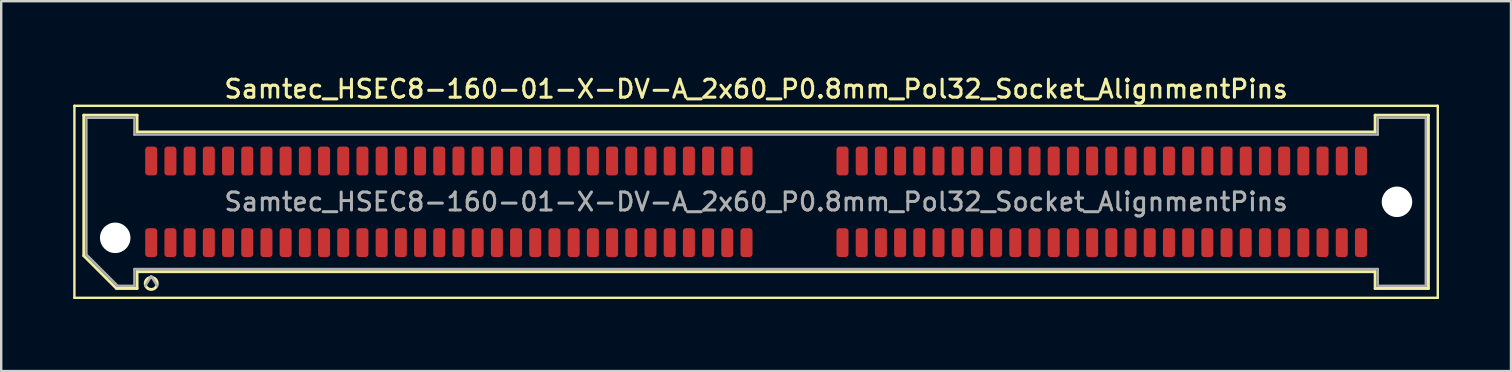
<source format=kicad_pcb>
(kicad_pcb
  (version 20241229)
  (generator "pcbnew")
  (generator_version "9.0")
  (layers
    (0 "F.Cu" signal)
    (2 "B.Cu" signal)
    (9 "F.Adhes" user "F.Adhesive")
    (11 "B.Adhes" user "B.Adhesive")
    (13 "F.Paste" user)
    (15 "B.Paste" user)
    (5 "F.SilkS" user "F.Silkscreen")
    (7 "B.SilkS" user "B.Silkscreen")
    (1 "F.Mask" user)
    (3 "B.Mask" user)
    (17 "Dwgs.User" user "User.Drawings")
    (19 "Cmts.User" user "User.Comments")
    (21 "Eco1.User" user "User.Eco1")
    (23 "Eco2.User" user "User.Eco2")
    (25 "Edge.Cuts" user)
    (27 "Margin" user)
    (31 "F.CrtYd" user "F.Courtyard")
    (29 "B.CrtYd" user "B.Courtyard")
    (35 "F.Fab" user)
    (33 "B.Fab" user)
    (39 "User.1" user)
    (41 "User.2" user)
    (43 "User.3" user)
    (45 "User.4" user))
  (footprint "Samtec_HSEC8-160-01-X-DV-A_2x60_P0.8mm_Pol32_Socket_AlignmentPins"
    (layer "F.Cu")
    (at 28.45 5.358)
    (property "Reference" "Samtec_HSEC8-160-01-X-DV-A_2x60_P0.8mm_Pol32_Socket_AlignmentPins" (at 0 -4.7 0) (layer "F.SilkS") (effects (font (size 0.75 0.75) (thickness 0.125))))
    (attr smd)
    (fp_line (start -28.4 -4) (end -28.4 4) (stroke (width 0.1) (type solid)) (layer "F.SilkS"))
    (fp_line (start -28.4 4) (end 28.4 4) (stroke (width 0.1) (type solid)) (layer "F.SilkS"))
    (fp_line (start -28.01 -3.61) (end -25.79 -3.61) (stroke (width 0.12) (type solid)) (layer "F.SilkS"))
    (fp_line (start -28.01 2.246) (end -28.01 -3.61) (stroke (width 0.12) (type solid)) (layer "F.SilkS"))
    (fp_line (start -26.646 3.61) (end -28.01 2.246) (stroke (width 0.12) (type solid)) (layer "F.SilkS"))
    (fp_line (start -25.79 -3.61) (end -25.79 -2.91) (stroke (width 0.12) (type solid)) (layer "F.SilkS"))
    (fp_line (start -25.79 -2.91) (end 25.79 -2.91) (stroke (width 0.12) (type solid)) (layer "F.SilkS"))
    (fp_line (start -25.79 2.91) (end -25.79 3.61) (stroke (width 0.12) (type solid)) (layer "F.SilkS"))
    (fp_line (start -25.79 3.61) (end -26.646 3.61) (stroke (width 0.12) (type solid)) (layer "F.SilkS"))
    (fp_line (start 25.79 -3.61) (end 28.01 -3.61) (stroke (width 0.12) (type solid)) (layer "F.SilkS"))
    (fp_line (start 25.79 -2.91) (end 25.79 -3.61) (stroke (width 0.12) (type solid)) (layer "F.SilkS"))
    (fp_line (start 25.79 2.91) (end -25.79 2.91) (stroke (width 0.12) (type solid)) (layer "F.SilkS"))
    (fp_line (start 25.79 3.61) (end 25.79 2.91) (stroke (width 0.12) (type solid)) (layer "F.SilkS"))
    (fp_line (start 28.01 -3.61) (end 28.01 3.61) (stroke (width 0.12) (type solid)) (layer "F.SilkS"))
    (fp_line (start 28.01 3.61) (end 25.79 3.61) (stroke (width 0.12) (type solid)) (layer "F.SilkS"))
    (fp_line (start 28.4 -4) (end -28.4 -4) (stroke (width 0.1) (type solid)) (layer "F.SilkS"))
    (fp_line (start 28.4 4) (end 28.4 -4) (stroke (width 0.1) (type solid)) (layer "F.SilkS"))
    (fp_arc (start -24.95 3.4) (mid -25.45 3.4) (end -24.95 3.4) (stroke (width 0.12) (type solid)) (layer "F.SilkS"))
    (fp_line (start -27.9 -3.5) (end -25.9 -3.5) (stroke (width 0.1) (type solid)) (layer "F.Fab"))
    (fp_line (start -27.9 2.2) (end -27.9 -3.5) (stroke (width 0.1) (type solid)) (layer "F.Fab"))
    (fp_line (start -26.6 3.5) (end -27.9 2.2) (stroke (width 0.1) (type solid)) (layer "F.Fab"))
    (fp_line (start -25.9 -3.5) (end -25.9 -2.8) (stroke (width 0.1) (type solid)) (layer "F.Fab"))
    (fp_line (start -25.9 -2.8) (end 25.9 -2.8) (stroke (width 0.1) (type solid)) (layer "F.Fab"))
    (fp_line (start -25.9 2.8) (end -25.9 3.5) (stroke (width 0.1) (type solid)) (layer "F.Fab"))
    (fp_line (start -25.9 3.5) (end -26.6 3.5) (stroke (width 0.1) (type solid)) (layer "F.Fab"))
    (fp_line (start -25.2 3.1) (end -25.45 3.5) (stroke (width 0.1) (type solid)) (layer "F.Fab"))
    (fp_line (start -25.2 3.1) (end -24.95 3.5) (stroke (width 0.1) (type solid)) (layer "F.Fab"))
    (fp_line (start 25.9 -3.5) (end 27.9 -3.5) (stroke (width 0.1) (type solid)) (layer "F.Fab"))
    (fp_line (start 25.9 -2.8) (end 25.9 -3.5) (stroke (width 0.1) (type solid)) (layer "F.Fab"))
    (fp_line (start 25.9 2.8) (end -25.9 2.8) (stroke (width 0.1) (type solid)) (layer "F.Fab"))
    (fp_line (start 25.9 3.5) (end 25.9 2.8) (stroke (width 0.1) (type solid)) (layer "F.Fab"))
    (fp_line (start 27.9 -3.5) (end 27.9 3.5) (stroke (width 0.1) (type solid)) (layer "F.Fab"))
    (fp_line (start 27.9 3.5) (end 25.9 3.5) (stroke (width 0.1) (type solid)) (layer "F.Fab"))
    (fp_text user "${REFERENCE}" (at 0 0 0) (layer "F.Fab") (effects (font (size 0.75 0.75) (thickness 0.125))))
    (pad "" np_thru_hole circle (at -26.7 1.5) (size 1.27 1.27) (drill 1.27) (layers "*.Cu" "*.Mask"))
    (pad "" np_thru_hole circle (at 26.7 0) (size 1.27 1.27) (drill 1.27) (layers "*.Cu" "*.Mask"))
    (pad "1" smd roundrect (at -25.2 1.7) (size 0.5 1.2) (layers "F.Cu" "F.Mask" "F.Paste") (roundrect_rratio 0.25))
    (pad "2" smd roundrect (at -25.2 -1.7) (size 0.5 1.2) (layers "F.Cu" "F.Mask" "F.Paste") (roundrect_rratio 0.25))
    (pad "3" smd roundrect (at -24.4 1.7) (size 0.5 1.2) (layers "F.Cu" "F.Mask" "F.Paste") (roundrect_rratio 0.25))
    (pad "4" smd roundrect (at -24.4 -1.7) (size 0.5 1.2) (layers "F.Cu" "F.Mask" "F.Paste") (roundrect_rratio 0.25))
    (pad "5" smd roundrect (at -23.6 1.7) (size 0.5 1.2) (layers "F.Cu" "F.Mask" "F.Paste") (roundrect_rratio 0.25))
    (pad "6" smd roundrect (at -23.6 -1.7) (size 0.5 1.2) (layers "F.Cu" "F.Mask" "F.Paste") (roundrect_rratio 0.25))
    (pad "7" smd roundrect (at -22.8 1.7) (size 0.5 1.2) (layers "F.Cu" "F.Mask" "F.Paste") (roundrect_rratio 0.25))
    (pad "8" smd roundrect (at -22.8 -1.7) (size 0.5 1.2) (layers "F.Cu" "F.Mask" "F.Paste") (roundrect_rratio 0.25))
    (pad "9" smd roundrect (at -22 1.7) (size 0.5 1.2) (layers "F.Cu" "F.Mask" "F.Paste") (roundrect_rratio 0.25))
    (pad "10" smd roundrect (at -22 -1.7) (size 0.5 1.2) (layers "F.Cu" "F.Mask" "F.Paste") (roundrect_rratio 0.25))
    (pad "11" smd roundrect (at -21.2 1.7) (size 0.5 1.2) (layers "F.Cu" "F.Mask" "F.Paste") (roundrect_rratio 0.25))
    (pad "12" smd roundrect (at -21.2 -1.7) (size 0.5 1.2) (layers "F.Cu" "F.Mask" "F.Paste") (roundrect_rratio 0.25))
    (pad "13" smd roundrect (at -20.4 1.7) (size 0.5 1.2) (layers "F.Cu" "F.Mask" "F.Paste") (roundrect_rratio 0.25))
    (pad "14" smd roundrect (at -20.4 -1.7) (size 0.5 1.2) (layers "F.Cu" "F.Mask" "F.Paste") (roundrect_rratio 0.25))
    (pad "15" smd roundrect (at -19.6 1.7) (size 0.5 1.2) (layers "F.Cu" "F.Mask" "F.Paste") (roundrect_rratio 0.25))
    (pad "16" smd roundrect (at -19.6 -1.7) (size 0.5 1.2) (layers "F.Cu" "F.Mask" "F.Paste") (roundrect_rratio 0.25))
    (pad "17" smd roundrect (at -18.8 1.7) (size 0.5 1.2) (layers "F.Cu" "F.Mask" "F.Paste") (roundrect_rratio 0.25))
    (pad "18" smd roundrect (at -18.8 -1.7) (size 0.5 1.2) (layers "F.Cu" "F.Mask" "F.Paste") (roundrect_rratio 0.25))
    (pad "19" smd roundrect (at -18 1.7) (size 0.5 1.2) (layers "F.Cu" "F.Mask" "F.Paste") (roundrect_rratio 0.25))
    (pad "20" smd roundrect (at -18 -1.7) (size 0.5 1.2) (layers "F.Cu" "F.Mask" "F.Paste") (roundrect_rratio 0.25))
    (pad "21" smd roundrect (at -17.2 1.7) (size 0.5 1.2) (layers "F.Cu" "F.Mask" "F.Paste") (roundrect_rratio 0.25))
    (pad "22" smd roundrect (at -17.2 -1.7) (size 0.5 1.2) (layers "F.Cu" "F.Mask" "F.Paste") (roundrect_rratio 0.25))
    (pad "23" smd roundrect (at -16.4 1.7) (size 0.5 1.2) (layers "F.Cu" "F.Mask" "F.Paste") (roundrect_rratio 0.25))
    (pad "24" smd roundrect (at -16.4 -1.7) (size 0.5 1.2) (layers "F.Cu" "F.Mask" "F.Paste") (roundrect_rratio 0.25))
    (pad "25" smd roundrect (at -15.6 1.7) (size 0.5 1.2) (layers "F.Cu" "F.Mask" "F.Paste") (roundrect_rratio 0.25))
    (pad "26" smd roundrect (at -15.6 -1.7) (size 0.5 1.2) (layers "F.Cu" "F.Mask" "F.Paste") (roundrect_rratio 0.25))
    (pad "27" smd roundrect (at -14.8 1.7) (size 0.5 1.2) (layers "F.Cu" "F.Mask" "F.Paste") (roundrect_rratio 0.25))
    (pad "28" smd roundrect (at -14.8 -1.7) (size 0.5 1.2) (layers "F.Cu" "F.Mask" "F.Paste") (roundrect_rratio 0.25))
    (pad "29" smd roundrect (at -14 1.7) (size 0.5 1.2) (layers "F.Cu" "F.Mask" "F.Paste") (roundrect_rratio 0.25))
    (pad "30" smd roundrect (at -14 -1.7) (size 0.5 1.2) (layers "F.Cu" "F.Mask" "F.Paste") (roundrect_rratio 0.25))
    (pad "31" smd roundrect (at -13.2 1.7) (size 0.5 1.2) (layers "F.Cu" "F.Mask" "F.Paste") (roundrect_rratio 0.25))
    (pad "32" smd roundrect (at -13.2 -1.7) (size 0.5 1.2) (layers "F.Cu" "F.Mask" "F.Paste") (roundrect_rratio 0.25))
    (pad "33" smd roundrect (at -12.4 1.7) (size 0.5 1.2) (layers "F.Cu" "F.Mask" "F.Paste") (roundrect_rratio 0.25))
    (pad "34" smd roundrect (at -12.4 -1.7) (size 0.5 1.2) (layers "F.Cu" "F.Mask" "F.Paste") (roundrect_rratio 0.25))
    (pad "35" smd roundrect (at -11.6 1.7) (size 0.5 1.2) (layers "F.Cu" "F.Mask" "F.Paste") (roundrect_rratio 0.25))
    (pad "36" smd roundrect (at -11.6 -1.7) (size 0.5 1.2) (layers "F.Cu" "F.Mask" "F.Paste") (roundrect_rratio 0.25))
    (pad "37" smd roundrect (at -10.8 1.7) (size 0.5 1.2) (layers "F.Cu" "F.Mask" "F.Paste") (roundrect_rratio 0.25))
    (pad "38" smd roundrect (at -10.8 -1.7) (size 0.5 1.2) (layers "F.Cu" "F.Mask" "F.Paste") (roundrect_rratio 0.25))
    (pad "39" smd roundrect (at -10 1.7) (size 0.5 1.2) (layers "F.Cu" "F.Mask" "F.Paste") (roundrect_rratio 0.25))
    (pad "40" smd roundrect (at -10 -1.7) (size 0.5 1.2) (layers "F.Cu" "F.Mask" "F.Paste") (roundrect_rratio 0.25))
    (pad "41" smd roundrect (at -9.2 1.7) (size 0.5 1.2) (layers "F.Cu" "F.Mask" "F.Paste") (roundrect_rratio 0.25))
    (pad "42" smd roundrect (at -9.2 -1.7) (size 0.5 1.2) (layers "F.Cu" "F.Mask" "F.Paste") (roundrect_rratio 0.25))
    (pad "43" smd roundrect (at -8.4 1.7) (size 0.5 1.2) (layers "F.Cu" "F.Mask" "F.Paste") (roundrect_rratio 0.25))
    (pad "44" smd roundrect (at -8.4 -1.7) (size 0.5 1.2) (layers "F.Cu" "F.Mask" "F.Paste") (roundrect_rratio 0.25))
    (pad "45" smd roundrect (at -7.6 1.7) (size 0.5 1.2) (layers "F.Cu" "F.Mask" "F.Paste") (roundrect_rratio 0.25))
    (pad "46" smd roundrect (at -7.6 -1.7) (size 0.5 1.2) (layers "F.Cu" "F.Mask" "F.Paste") (roundrect_rratio 0.25))
    (pad "47" smd roundrect (at -6.8 1.7) (size 0.5 1.2) (layers "F.Cu" "F.Mask" "F.Paste") (roundrect_rratio 0.25))
    (pad "48" smd roundrect (at -6.8 -1.7) (size 0.5 1.2) (layers "F.Cu" "F.Mask" "F.Paste") (roundrect_rratio 0.25))
    (pad "49" smd roundrect (at -6 1.7) (size 0.5 1.2) (layers "F.Cu" "F.Mask" "F.Paste") (roundrect_rratio 0.25))
    (pad "50" smd roundrect (at -6 -1.7) (size 0.5 1.2) (layers "F.Cu" "F.Mask" "F.Paste") (roundrect_rratio 0.25))
    (pad "51" smd roundrect (at -5.2 1.7) (size 0.5 1.2) (layers "F.Cu" "F.Mask" "F.Paste") (roundrect_rratio 0.25))
    (pad "52" smd roundrect (at -5.2 -1.7) (size 0.5 1.2) (layers "F.Cu" "F.Mask" "F.Paste") (roundrect_rratio 0.25))
    (pad "53" smd roundrect (at -4.4 1.7) (size 0.5 1.2) (layers "F.Cu" "F.Mask" "F.Paste") (roundrect_rratio 0.25))
    (pad "54" smd roundrect (at -4.4 -1.7) (size 0.5 1.2) (layers "F.Cu" "F.Mask" "F.Paste") (roundrect_rratio 0.25))
    (pad "55" smd roundrect (at -3.6 1.7) (size 0.5 1.2) (layers "F.Cu" "F.Mask" "F.Paste") (roundrect_rratio 0.25))
    (pad "56" smd roundrect (at -3.6 -1.7) (size 0.5 1.2) (layers "F.Cu" "F.Mask" "F.Paste") (roundrect_rratio 0.25))
    (pad "57" smd roundrect (at -2.8 1.7) (size 0.5 1.2) (layers "F.Cu" "F.Mask" "F.Paste") (roundrect_rratio 0.25))
    (pad "58" smd roundrect (at -2.8 -1.7) (size 0.5 1.2) (layers "F.Cu" "F.Mask" "F.Paste") (roundrect_rratio 0.25))
    (pad "59" smd roundrect (at -2 1.7) (size 0.5 1.2) (layers "F.Cu" "F.Mask" "F.Paste") (roundrect_rratio 0.25))
    (pad "60" smd roundrect (at -2 -1.7) (size 0.5 1.2) (layers "F.Cu" "F.Mask" "F.Paste") (roundrect_rratio 0.25))
    (pad "61" smd roundrect (at -1.2 1.7) (size 0.5 1.2) (layers "F.Cu" "F.Mask" "F.Paste") (roundrect_rratio 0.25))
    (pad "62" smd roundrect (at -1.2 -1.7) (size 0.5 1.2) (layers "F.Cu" "F.Mask" "F.Paste") (roundrect_rratio 0.25))
    (pad "63" smd roundrect (at -0.4 1.7) (size 0.5 1.2) (layers "F.Cu" "F.Mask" "F.Paste") (roundrect_rratio 0.25))
    (pad "64" smd roundrect (at -0.4 -1.7) (size 0.5 1.2) (layers "F.Cu" "F.Mask" "F.Paste") (roundrect_rratio 0.25))
    (pad "65" smd roundrect (at 3.6 1.7) (size 0.5 1.2) (layers "F.Cu" "F.Mask" "F.Paste") (roundrect_rratio 0.25))
    (pad "66" smd roundrect (at 3.6 -1.7) (size 0.5 1.2) (layers "F.Cu" "F.Mask" "F.Paste") (roundrect_rratio 0.25))
    (pad "67" smd roundrect (at 4.4 1.7) (size 0.5 1.2) (layers "F.Cu" "F.Mask" "F.Paste") (roundrect_rratio 0.25))
    (pad "68" smd roundrect (at 4.4 -1.7) (size 0.5 1.2) (layers "F.Cu" "F.Mask" "F.Paste") (roundrect_rratio 0.25))
    (pad "69" smd roundrect (at 5.2 1.7) (size 0.5 1.2) (layers "F.Cu" "F.Mask" "F.Paste") (roundrect_rratio 0.25))
    (pad "70" smd roundrect (at 5.2 -1.7) (size 0.5 1.2) (layers "F.Cu" "F.Mask" "F.Paste") (roundrect_rratio 0.25))
    (pad "71" smd roundrect (at 6 1.7) (size 0.5 1.2) (layers "F.Cu" "F.Mask" "F.Paste") (roundrect_rratio 0.25))
    (pad "72" smd roundrect (at 6 -1.7) (size 0.5 1.2) (layers "F.Cu" "F.Mask" "F.Paste") (roundrect_rratio 0.25))
    (pad "73" smd roundrect (at 6.8 1.7) (size 0.5 1.2) (layers "F.Cu" "F.Mask" "F.Paste") (roundrect_rratio 0.25))
    (pad "74" smd roundrect (at 6.8 -1.7) (size 0.5 1.2) (layers "F.Cu" "F.Mask" "F.Paste") (roundrect_rratio 0.25))
    (pad "75" smd roundrect (at 7.6 1.7) (size 0.5 1.2) (layers "F.Cu" "F.Mask" "F.Paste") (roundrect_rratio 0.25))
    (pad "76" smd roundrect (at 7.6 -1.7) (size 0.5 1.2) (layers "F.Cu" "F.Mask" "F.Paste") (roundrect_rratio 0.25))
    (pad "77" smd roundrect (at 8.4 1.7) (size 0.5 1.2) (layers "F.Cu" "F.Mask" "F.Paste") (roundrect_rratio 0.25))
    (pad "78" smd roundrect (at 8.4 -1.7) (size 0.5 1.2) (layers "F.Cu" "F.Mask" "F.Paste") (roundrect_rratio 0.25))
    (pad "79" smd roundrect (at 9.2 1.7) (size 0.5 1.2) (layers "F.Cu" "F.Mask" "F.Paste") (roundrect_rratio 0.25))
    (pad "80" smd roundrect (at 9.2 -1.7) (size 0.5 1.2) (layers "F.Cu" "F.Mask" "F.Paste") (roundrect_rratio 0.25))
    (pad "81" smd roundrect (at 10 1.7) (size 0.5 1.2) (layers "F.Cu" "F.Mask" "F.Paste") (roundrect_rratio 0.25))
    (pad "82" smd roundrect (at 10 -1.7) (size 0.5 1.2) (layers "F.Cu" "F.Mask" "F.Paste") (roundrect_rratio 0.25))
    (pad "83" smd roundrect (at 10.8 1.7) (size 0.5 1.2) (layers "F.Cu" "F.Mask" "F.Paste") (roundrect_rratio 0.25))
    (pad "84" smd roundrect (at 10.8 -1.7) (size 0.5 1.2) (layers "F.Cu" "F.Mask" "F.Paste") (roundrect_rratio 0.25))
    (pad "85" smd roundrect (at 11.6 1.7) (size 0.5 1.2) (layers "F.Cu" "F.Mask" "F.Paste") (roundrect_rratio 0.25))
    (pad "86" smd roundrect (at 11.6 -1.7) (size 0.5 1.2) (layers "F.Cu" "F.Mask" "F.Paste") (roundrect_rratio 0.25))
    (pad "87" smd roundrect (at 12.4 1.7) (size 0.5 1.2) (layers "F.Cu" "F.Mask" "F.Paste") (roundrect_rratio 0.25))
    (pad "88" smd roundrect (at 12.4 -1.7) (size 0.5 1.2) (layers "F.Cu" "F.Mask" "F.Paste") (roundrect_rratio 0.25))
    (pad "89" smd roundrect (at 13.2 1.7) (size 0.5 1.2) (layers "F.Cu" "F.Mask" "F.Paste") (roundrect_rratio 0.25))
    (pad "90" smd roundrect (at 13.2 -1.7) (size 0.5 1.2) (layers "F.Cu" "F.Mask" "F.Paste") (roundrect_rratio 0.25))
    (pad "91" smd roundrect (at 14 1.7) (size 0.5 1.2) (layers "F.Cu" "F.Mask" "F.Paste") (roundrect_rratio 0.25))
    (pad "92" smd roundrect (at 14 -1.7) (size 0.5 1.2) (layers "F.Cu" "F.Mask" "F.Paste") (roundrect_rratio 0.25))
    (pad "93" smd roundrect (at 14.8 1.7) (size 0.5 1.2) (layers "F.Cu" "F.Mask" "F.Paste") (roundrect_rratio 0.25))
    (pad "94" smd roundrect (at 14.8 -1.7) (size 0.5 1.2) (layers "F.Cu" "F.Mask" "F.Paste") (roundrect_rratio 0.25))
    (pad "95" smd roundrect (at 15.6 1.7) (size 0.5 1.2) (layers "F.Cu" "F.Mask" "F.Paste") (roundrect_rratio 0.25))
    (pad "96" smd roundrect (at 15.6 -1.7) (size 0.5 1.2) (layers "F.Cu" "F.Mask" "F.Paste") (roundrect_rratio 0.25))
    (pad "97" smd roundrect (at 16.4 1.7) (size 0.5 1.2) (layers "F.Cu" "F.Mask" "F.Paste") (roundrect_rratio 0.25))
    (pad "98" smd roundrect (at 16.4 -1.7) (size 0.5 1.2) (layers "F.Cu" "F.Mask" "F.Paste") (roundrect_rratio 0.25))
    (pad "99" smd roundrect (at 17.2 1.7) (size 0.5 1.2) (layers "F.Cu" "F.Mask" "F.Paste") (roundrect_rratio 0.25))
    (pad "100" smd roundrect (at 17.2 -1.7) (size 0.5 1.2) (layers "F.Cu" "F.Mask" "F.Paste") (roundrect_rratio 0.25))
    (pad "101" smd roundrect (at 18 1.7) (size 0.5 1.2) (layers "F.Cu" "F.Mask" "F.Paste") (roundrect_rratio 0.25))
    (pad "102" smd roundrect (at 18 -1.7) (size 0.5 1.2) (layers "F.Cu" "F.Mask" "F.Paste") (roundrect_rratio 0.25))
    (pad "103" smd roundrect (at 18.8 1.7) (size 0.5 1.2) (layers "F.Cu" "F.Mask" "F.Paste") (roundrect_rratio 0.25))
    (pad "104" smd roundrect (at 18.8 -1.7) (size 0.5 1.2) (layers "F.Cu" "F.Mask" "F.Paste") (roundrect_rratio 0.25))
    (pad "105" smd roundrect (at 19.6 1.7) (size 0.5 1.2) (layers "F.Cu" "F.Mask" "F.Paste") (roundrect_rratio 0.25))
    (pad "106" smd roundrect (at 19.6 -1.7) (size 0.5 1.2) (layers "F.Cu" "F.Mask" "F.Paste") (roundrect_rratio 0.25))
    (pad "107" smd roundrect (at 20.4 1.7) (size 0.5 1.2) (layers "F.Cu" "F.Mask" "F.Paste") (roundrect_rratio 0.25))
    (pad "108" smd roundrect (at 20.4 -1.7) (size 0.5 1.2) (layers "F.Cu" "F.Mask" "F.Paste") (roundrect_rratio 0.25))
    (pad "109" smd roundrect (at 21.2 1.7) (size 0.5 1.2) (layers "F.Cu" "F.Mask" "F.Paste") (roundrect_rratio 0.25))
    (pad "110" smd roundrect (at 21.2 -1.7) (size 0.5 1.2) (layers "F.Cu" "F.Mask" "F.Paste") (roundrect_rratio 0.25))
    (pad "111" smd roundrect (at 22 1.7) (size 0.5 1.2) (layers "F.Cu" "F.Mask" "F.Paste") (roundrect_rratio 0.25))
    (pad "112" smd roundrect (at 22 -1.7) (size 0.5 1.2) (layers "F.Cu" "F.Mask" "F.Paste") (roundrect_rratio 0.25))
    (pad "113" smd roundrect (at 22.8 1.7) (size 0.5 1.2) (layers "F.Cu" "F.Mask" "F.Paste") (roundrect_rratio 0.25))
    (pad "114" smd roundrect (at 22.8 -1.7) (size 0.5 1.2) (layers "F.Cu" "F.Mask" "F.Paste") (roundrect_rratio 0.25))
    (pad "115" smd roundrect (at 23.6 1.7) (size 0.5 1.2) (layers "F.Cu" "F.Mask" "F.Paste") (roundrect_rratio 0.25))
    (pad "116" smd roundrect (at 23.6 -1.7) (size 0.5 1.2) (layers "F.Cu" "F.Mask" "F.Paste") (roundrect_rratio 0.25))
    (pad "117" smd roundrect (at 24.4 1.7) (size 0.5 1.2) (layers "F.Cu" "F.Mask" "F.Paste") (roundrect_rratio 0.25))
    (pad "118" smd roundrect (at 24.4 -1.7) (size 0.5 1.2) (layers "F.Cu" "F.Mask" "F.Paste") (roundrect_rratio 0.25))
    (pad "119" smd roundrect (at 25.2 1.7) (size 0.5 1.2) (layers "F.Cu" "F.Mask" "F.Paste") (roundrect_rratio 0.25))
    (pad "120" smd roundrect (at 25.2 -1.7) (size 0.5 1.2) (layers "F.Cu" "F.Mask" "F.Paste") (roundrect_rratio 0.25)))
  (gr_rect
    (start -3 -3)
    (end 59.9 12.408)
    (stroke (width 0.1) (type default))
    (fill no)
    (layer "Edge.Cuts")))
</source>
